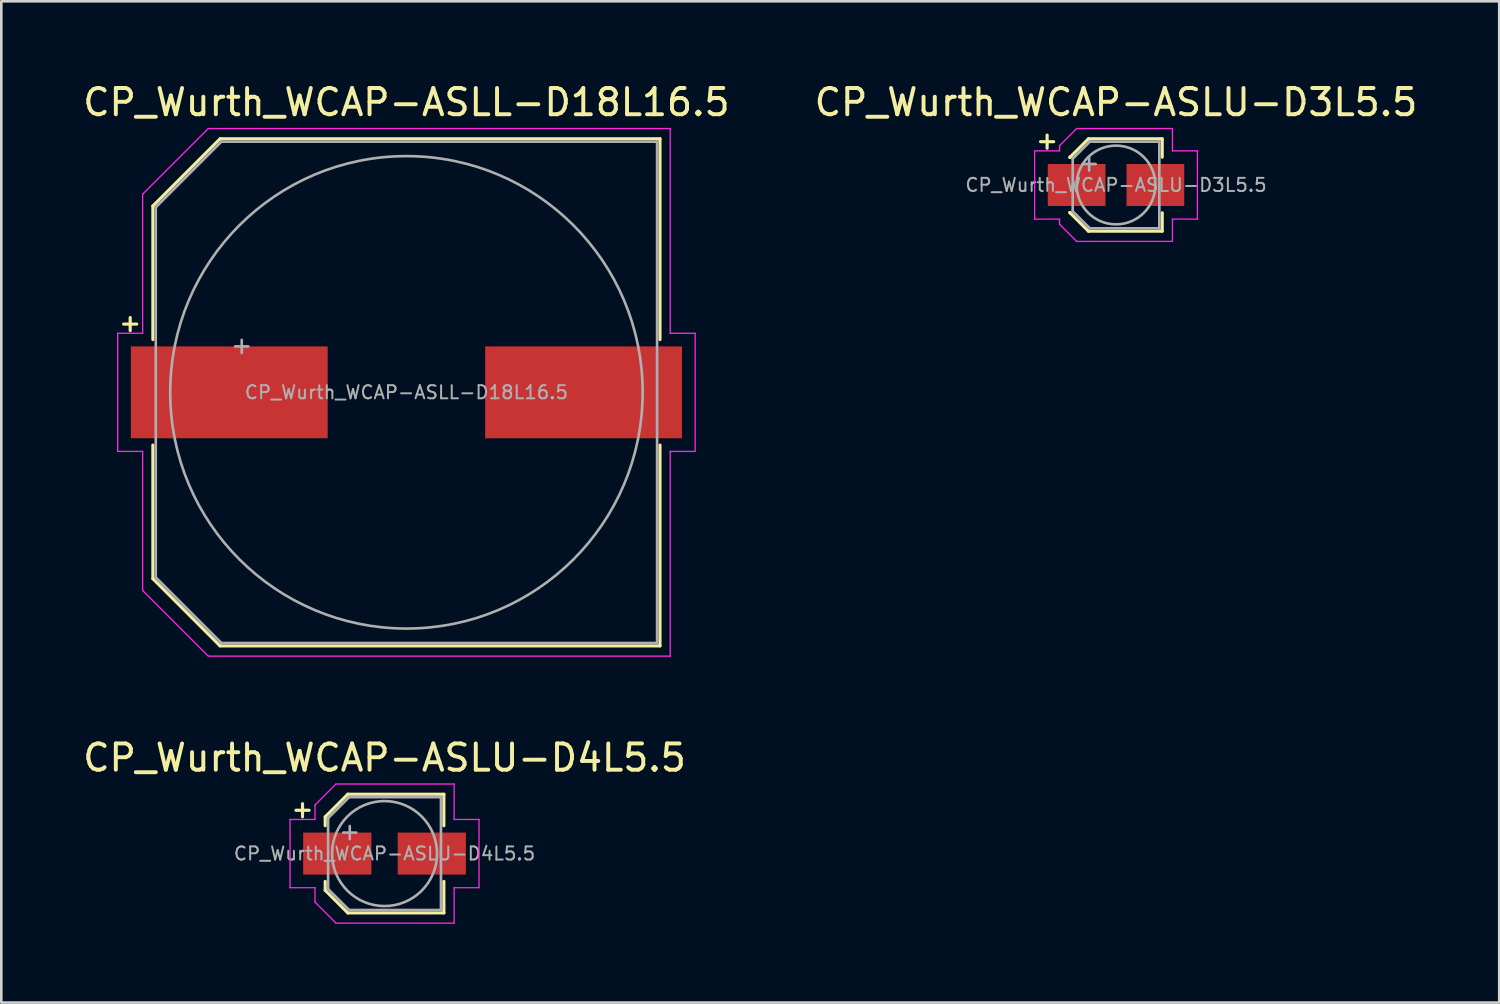
<source format=kicad_pcb>
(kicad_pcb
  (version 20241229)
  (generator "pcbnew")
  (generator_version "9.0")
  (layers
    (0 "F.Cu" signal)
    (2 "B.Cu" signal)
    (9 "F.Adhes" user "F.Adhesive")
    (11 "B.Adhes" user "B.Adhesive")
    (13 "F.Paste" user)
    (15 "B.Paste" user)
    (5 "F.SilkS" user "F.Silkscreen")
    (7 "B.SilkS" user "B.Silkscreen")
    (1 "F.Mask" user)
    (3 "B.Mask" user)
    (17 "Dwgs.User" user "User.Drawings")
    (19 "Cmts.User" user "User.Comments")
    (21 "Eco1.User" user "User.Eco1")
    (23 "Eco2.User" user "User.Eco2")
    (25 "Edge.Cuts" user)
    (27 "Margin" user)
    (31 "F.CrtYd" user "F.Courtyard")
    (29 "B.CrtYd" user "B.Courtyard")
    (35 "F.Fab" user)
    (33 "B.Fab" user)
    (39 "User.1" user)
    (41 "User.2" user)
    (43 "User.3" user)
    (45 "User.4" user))
  (footprint "CP_Wurth_WCAP-ASLU-D3L5.5"
    (layer "F.Cu")
    (at 39.47 3.998)
    (property "Reference" "CP_Wurth_WCAP-ASLU-D3L5.5" (at 0 -3.15 0) (unlocked yes) (layer "F.SilkS") (effects (font (size 1 1) (thickness 0.15))))
    (attr smd)
    (fp_line (start -2.625 -1.4) (end -2.625 -1.9) (stroke (width 0.12) (type solid)) (layer "F.SilkS"))
    (fp_line (start -2.375 -1.65) (end -2.875 -1.65) (stroke (width 0.12) (type solid)) (layer "F.SilkS"))
    (fp_line (start -1.76 -1.05) (end -1.76 -1.06) (stroke (width 0.12) (type default)) (layer "F.SilkS"))
    (fp_line (start -1.76 -1.05) (end -1.05 -1.76) (stroke (width 0.12) (type default)) (layer "F.SilkS"))
    (fp_line (start -1.76 1.05) (end -1.76 1.06) (stroke (width 0.12) (type default)) (layer "F.SilkS"))
    (fp_line (start -1.76 1.05) (end -1.05 1.76) (stroke (width 0.12) (type default)) (layer "F.SilkS"))
    (fp_line (start -1.05 -1.76) (end 1.76 -1.76) (stroke (width 0.12) (type solid)) (layer "F.SilkS"))
    (fp_line (start -1.05 1.76) (end 1.76 1.76) (stroke (width 0.12) (type solid)) (layer "F.SilkS"))
    (fp_line (start 1.76 -1.76) (end 1.76 -1.06) (stroke (width 0.12) (type default)) (layer "F.SilkS"))
    (fp_line (start 1.76 1.06) (end 1.76 1.76) (stroke (width 0.12) (type default)) (layer "F.SilkS"))
    (fp_line (start -3.1 -1.3) (end -3.1 1.3) (stroke (width 0.05) (type default)) (layer "F.CrtYd"))
    (fp_line (start -3.1 -1.3) (end -2.15 -1.3) (stroke (width 0.05) (type default)) (layer "F.CrtYd"))
    (fp_line (start -3.1 1.3) (end -2.15 1.3) (stroke (width 0.05) (type default)) (layer "F.CrtYd"))
    (fp_line (start -2.15 -1.5) (end -2.15 -1.3) (stroke (width 0.05) (type default)) (layer "F.CrtYd"))
    (fp_line (start -2.15 -1.5) (end -1.5 -2.15) (stroke (width 0.05) (type default)) (layer "F.CrtYd"))
    (fp_line (start -2.15 1.3) (end -2.15 1.5) (stroke (width 0.05) (type default)) (layer "F.CrtYd"))
    (fp_line (start -2.15 1.5) (end -1.5 2.15) (stroke (width 0.05) (type default)) (layer "F.CrtYd"))
    (fp_line (start -1.5 -2.15) (end 2.15 -2.15) (stroke (width 0.05) (type default)) (layer "F.CrtYd"))
    (fp_line (start -1.5 2.15) (end 2.15 2.15) (stroke (width 0.05) (type default)) (layer "F.CrtYd"))
    (fp_line (start 2.15 -2.15) (end 2.15 -1.3) (stroke (width 0.05) (type default)) (layer "F.CrtYd"))
    (fp_line (start 2.15 -1.3) (end 3.1 -1.3) (stroke (width 0.05) (type default)) (layer "F.CrtYd"))
    (fp_line (start 2.15 1.3) (end 2.15 2.15) (stroke (width 0.05) (type default)) (layer "F.CrtYd"))
    (fp_line (start 2.15 1.3) (end 3.1 1.3) (stroke (width 0.05) (type default)) (layer "F.CrtYd"))
    (fp_line (start 3.1 -1.3) (end 3.1 1.3) (stroke (width 0.05) (type default)) (layer "F.CrtYd"))
    (fp_line (start -1.65 -1) (end -1 -1.65) (stroke (width 0.1) (type default)) (layer "F.Fab"))
    (fp_line (start -1.65 1) (end -1.65 -1) (stroke (width 0.1) (type default)) (layer "F.Fab"))
    (fp_line (start -1.025 -0.55) (end -1.025 -1.05) (stroke (width 0.1) (type default)) (layer "F.Fab"))
    (fp_line (start -1 -1.65) (end 1.65 -1.65) (stroke (width 0.1) (type default)) (layer "F.Fab"))
    (fp_line (start -1 1.65) (end -1.65 1) (stroke (width 0.1) (type default)) (layer "F.Fab"))
    (fp_line (start -0.775 -0.8) (end -1.275 -0.8) (stroke (width 0.1) (type default)) (layer "F.Fab"))
    (fp_line (start 1.65 -1.65) (end 1.65 1.65) (stroke (width 0.1) (type default)) (layer "F.Fab"))
    (fp_line (start 1.65 1.65) (end -1 1.65) (stroke (width 0.1) (type default)) (layer "F.Fab"))
    (fp_circle (center 0 0) (end 1.5 0) (stroke (width 0.1) (type default)) (fill no) (layer "F.Fab"))
    (fp_text user "${REFERENCE}" (at 0 0 0) (unlocked yes) (layer "F.Fab") (effects (font (size 0.5 0.5) (thickness 0.075))))
    (pad "1" smd rect (at -1.5 0) (size 2.2 1.6) (layers "F.Cu" "F.Mask" "F.Paste"))
    (pad "2" smd rect (at 1.5 0) (size 2.2 1.6) (layers "F.Cu" "F.Mask" "F.Paste")))
  (footprint "CP_Wurth_WCAP-ASLL-D18L16.5"
    (layer "F.Cu")
    (at 12.435 11.898)
    (property "Reference" "CP_Wurth_WCAP-ASLL-D18L16.5" (at 0 -11.05 0) (unlocked yes) (layer "F.SilkS") (effects (font (size 1 1) (thickness 0.15))))
    (attr smd)
    (fp_line (start -10.525 -2.35) (end -10.525 -2.85) (stroke (width 0.12) (type solid)) (layer "F.SilkS"))
    (fp_line (start -10.275 -2.6) (end -10.775 -2.6) (stroke (width 0.12) (type solid)) (layer "F.SilkS"))
    (fp_line (start -9.66 -7.1) (end -9.66 -2.01) (stroke (width 0.12) (type default)) (layer "F.SilkS"))
    (fp_line (start -9.66 -7.1) (end -7.1 -9.66) (stroke (width 0.12) (type default)) (layer "F.SilkS"))
    (fp_line (start -9.66 7.1) (end -9.66 2.01) (stroke (width 0.12) (type default)) (layer "F.SilkS"))
    (fp_line (start -9.66 7.1) (end -7.1 9.66) (stroke (width 0.12) (type default)) (layer "F.SilkS"))
    (fp_line (start -7.1 -9.66) (end 9.66 -9.66) (stroke (width 0.12) (type solid)) (layer "F.SilkS"))
    (fp_line (start -7.1 9.66) (end 9.66 9.66) (stroke (width 0.12) (type solid)) (layer "F.SilkS"))
    (fp_line (start 9.66 -9.66) (end 9.66 -2.01) (stroke (width 0.12) (type default)) (layer "F.SilkS"))
    (fp_line (start 9.66 2.01) (end 9.66 9.66) (stroke (width 0.12) (type default)) (layer "F.SilkS"))
    (fp_line (start -11 -2.25) (end -11 2.25) (stroke (width 0.05) (type default)) (layer "F.CrtYd"))
    (fp_line (start -11 -2.25) (end -10.05 -2.25) (stroke (width 0.05) (type default)) (layer "F.CrtYd"))
    (fp_line (start -11 2.25) (end -10.05 2.25) (stroke (width 0.05) (type default)) (layer "F.CrtYd"))
    (fp_line (start -10.05 -7.55) (end -10.05 -2.25) (stroke (width 0.05) (type default)) (layer "F.CrtYd"))
    (fp_line (start -10.05 -7.55) (end -7.55 -10.05) (stroke (width 0.05) (type default)) (layer "F.CrtYd"))
    (fp_line (start -10.05 2.25) (end -10.05 7.55) (stroke (width 0.05) (type default)) (layer "F.CrtYd"))
    (fp_line (start -10.05 7.55) (end -7.55 10.05) (stroke (width 0.05) (type default)) (layer "F.CrtYd"))
    (fp_line (start -7.55 -10.05) (end 10.05 -10.05) (stroke (width 0.05) (type default)) (layer "F.CrtYd"))
    (fp_line (start -7.55 10.05) (end 10.05 10.05) (stroke (width 0.05) (type default)) (layer "F.CrtYd"))
    (fp_line (start 10.05 -10.05) (end 10.05 -2.25) (stroke (width 0.05) (type default)) (layer "F.CrtYd"))
    (fp_line (start 10.05 -2.25) (end 11 -2.25) (stroke (width 0.05) (type default)) (layer "F.CrtYd"))
    (fp_line (start 10.05 2.25) (end 10.05 10.05) (stroke (width 0.05) (type default)) (layer "F.CrtYd"))
    (fp_line (start 10.05 2.25) (end 11 2.25) (stroke (width 0.05) (type default)) (layer "F.CrtYd"))
    (fp_line (start 11 -2.25) (end 11 2.25) (stroke (width 0.05) (type default)) (layer "F.CrtYd"))
    (fp_line (start -9.55 -7.05) (end -7.05 -9.55) (stroke (width 0.1) (type default)) (layer "F.Fab"))
    (fp_line (start -9.55 7.05) (end -9.55 -7.05) (stroke (width 0.1) (type default)) (layer "F.Fab"))
    (fp_line (start -7.05 -9.55) (end 9.55 -9.55) (stroke (width 0.1) (type default)) (layer "F.Fab"))
    (fp_line (start -7.05 9.55) (end -9.55 7.05) (stroke (width 0.1) (type default)) (layer "F.Fab"))
    (fp_line (start -6.275 -1.5) (end -6.275 -2) (stroke (width 0.1) (type default)) (layer "F.Fab"))
    (fp_line (start -6.025 -1.75) (end -6.525 -1.75) (stroke (width 0.1) (type default)) (layer "F.Fab"))
    (fp_line (start 9.55 -9.55) (end 9.55 9.55) (stroke (width 0.1) (type default)) (layer "F.Fab"))
    (fp_line (start 9.55 9.55) (end -7.05 9.55) (stroke (width 0.1) (type default)) (layer "F.Fab"))
    (fp_circle (center 0 0) (end 9 0) (stroke (width 0.1) (type default)) (fill no) (layer "F.Fab"))
    (fp_text user "${REFERENCE}" (at 0 0 0) (unlocked yes) (layer "F.Fab") (effects (font (size 0.5 0.5) (thickness 0.075))))
    (pad "1" smd rect (at -6.75 0) (size 7.5 3.5) (layers "F.Cu" "F.Mask" "F.Paste"))
    (pad "2" smd rect (at 6.75 0) (size 7.5 3.5) (layers "F.Cu" "F.Mask" "F.Paste")))
  (footprint "CP_Wurth_WCAP-ASLU-D4L5.5"
    (layer "F.Cu")
    (at 11.601 29.471)
    (property "Reference" "CP_Wurth_WCAP-ASLU-D4L5.5" (at 0 -3.65 0) (unlocked yes) (layer "F.SilkS") (effects (font (size 1 1) (thickness 0.15))))
    (attr smd)
    (fp_line (start -3.125 -1.4) (end -3.125 -1.9) (stroke (width 0.12) (type solid)) (layer "F.SilkS"))
    (fp_line (start -2.875 -1.65) (end -3.375 -1.65) (stroke (width 0.12) (type solid)) (layer "F.SilkS"))
    (fp_line (start -2.26 -1.4) (end -2.26 -1.06) (stroke (width 0.12) (type default)) (layer "F.SilkS"))
    (fp_line (start -2.26 -1.4) (end -1.4 -2.26) (stroke (width 0.12) (type default)) (layer "F.SilkS"))
    (fp_line (start -2.26 1.4) (end -2.26 1.06) (stroke (width 0.12) (type default)) (layer "F.SilkS"))
    (fp_line (start -2.26 1.4) (end -1.4 2.26) (stroke (width 0.12) (type default)) (layer "F.SilkS"))
    (fp_line (start -1.4 -2.26) (end 2.26 -2.26) (stroke (width 0.12) (type solid)) (layer "F.SilkS"))
    (fp_line (start -1.4 2.26) (end 2.26 2.26) (stroke (width 0.12) (type solid)) (layer "F.SilkS"))
    (fp_line (start 2.26 -2.26) (end 2.26 -1.06) (stroke (width 0.12) (type default)) (layer "F.SilkS"))
    (fp_line (start 2.26 1.06) (end 2.26 2.26) (stroke (width 0.12) (type default)) (layer "F.SilkS"))
    (fp_line (start -3.6 -1.3) (end -3.6 1.3) (stroke (width 0.05) (type default)) (layer "F.CrtYd"))
    (fp_line (start -3.6 -1.3) (end -2.65 -1.3) (stroke (width 0.05) (type default)) (layer "F.CrtYd"))
    (fp_line (start -3.6 1.3) (end -2.65 1.3) (stroke (width 0.05) (type default)) (layer "F.CrtYd"))
    (fp_line (start -2.65 -1.85) (end -2.65 -1.3) (stroke (width 0.05) (type default)) (layer "F.CrtYd"))
    (fp_line (start -2.65 -1.85) (end -1.85 -2.65) (stroke (width 0.05) (type default)) (layer "F.CrtYd"))
    (fp_line (start -2.65 1.3) (end -2.65 1.85) (stroke (width 0.05) (type default)) (layer "F.CrtYd"))
    (fp_line (start -2.65 1.85) (end -1.85 2.65) (stroke (width 0.05) (type default)) (layer "F.CrtYd"))
    (fp_line (start -1.85 -2.65) (end 2.65 -2.65) (stroke (width 0.05) (type default)) (layer "F.CrtYd"))
    (fp_line (start -1.85 2.65) (end 2.65 2.65) (stroke (width 0.05) (type default)) (layer "F.CrtYd"))
    (fp_line (start 2.65 -2.65) (end 2.65 -1.3) (stroke (width 0.05) (type default)) (layer "F.CrtYd"))
    (fp_line (start 2.65 -1.3) (end 3.6 -1.3) (stroke (width 0.05) (type default)) (layer "F.CrtYd"))
    (fp_line (start 2.65 1.3) (end 2.65 2.65) (stroke (width 0.05) (type default)) (layer "F.CrtYd"))
    (fp_line (start 2.65 1.3) (end 3.6 1.3) (stroke (width 0.05) (type default)) (layer "F.CrtYd"))
    (fp_line (start 3.6 -1.3) (end 3.6 1.3) (stroke (width 0.05) (type default)) (layer "F.CrtYd"))
    (fp_line (start -2.15 -1.35) (end -1.35 -2.15) (stroke (width 0.1) (type default)) (layer "F.Fab"))
    (fp_line (start -2.15 1.35) (end -2.15 -1.35) (stroke (width 0.1) (type default)) (layer "F.Fab"))
    (fp_line (start -1.35 -2.15) (end 2.15 -2.15) (stroke (width 0.1) (type default)) (layer "F.Fab"))
    (fp_line (start -1.35 2.15) (end -2.15 1.35) (stroke (width 0.1) (type default)) (layer "F.Fab"))
    (fp_line (start -1.325 -0.55) (end -1.325 -1.05) (stroke (width 0.1) (type default)) (layer "F.Fab"))
    (fp_line (start -1.075 -0.8) (end -1.575 -0.8) (stroke (width 0.1) (type default)) (layer "F.Fab"))
    (fp_line (start 2.15 -2.15) (end 2.15 2.15) (stroke (width 0.1) (type default)) (layer "F.Fab"))
    (fp_line (start 2.15 2.15) (end -1.35 2.15) (stroke (width 0.1) (type default)) (layer "F.Fab"))
    (fp_circle (center 0 0) (end 2 0) (stroke (width 0.1) (type default)) (fill no) (layer "F.Fab"))
    (fp_text user "${REFERENCE}" (at 0 0 0) (unlocked yes) (layer "F.Fab") (effects (font (size 0.5 0.5) (thickness 0.075))))
    (pad "1" smd rect (at -1.8 0) (size 2.6 1.6) (layers "F.Cu" "F.Mask" "F.Paste"))
    (pad "2" smd rect (at 1.8 0) (size 2.6 1.6) (layers "F.Cu" "F.Mask" "F.Paste")))
  (gr_rect
    (start -3 -3)
    (end 54.071 35.147)
    (stroke (width 0.1) (type default))
    (fill no)
    (layer "Edge.Cuts")))
</source>
